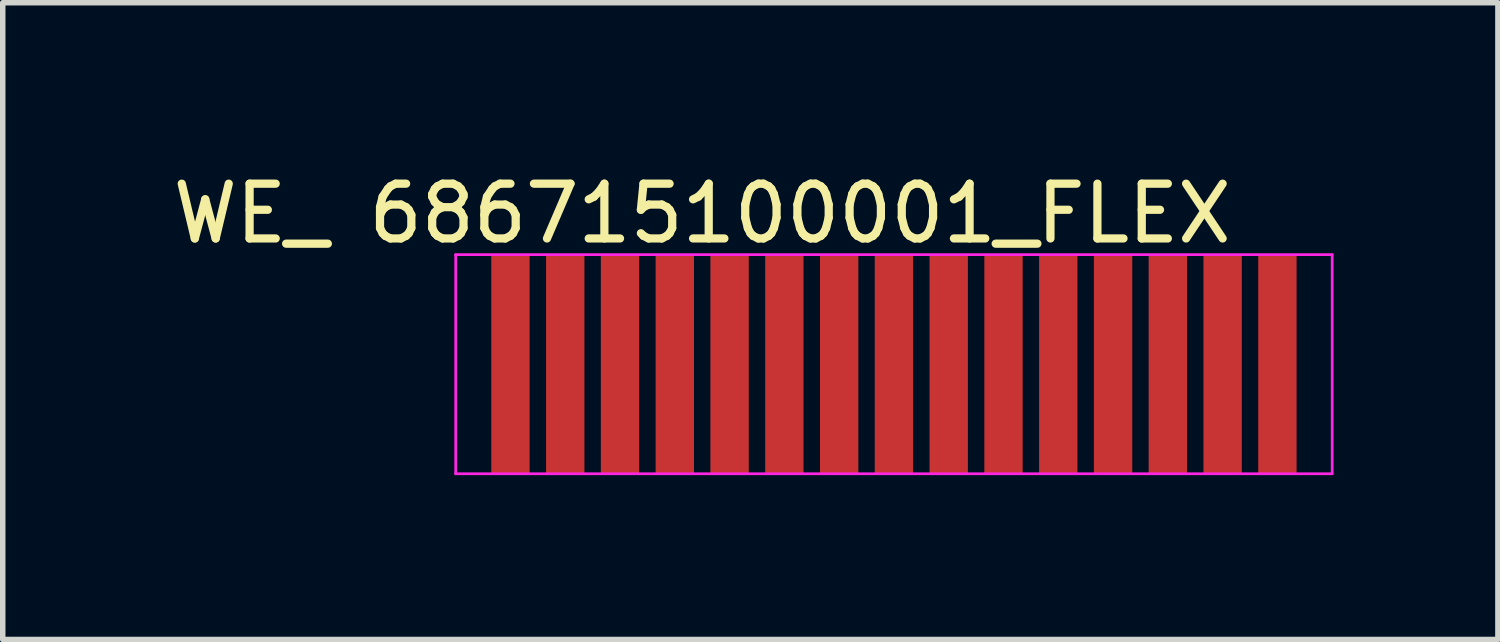
<source format=kicad_pcb>
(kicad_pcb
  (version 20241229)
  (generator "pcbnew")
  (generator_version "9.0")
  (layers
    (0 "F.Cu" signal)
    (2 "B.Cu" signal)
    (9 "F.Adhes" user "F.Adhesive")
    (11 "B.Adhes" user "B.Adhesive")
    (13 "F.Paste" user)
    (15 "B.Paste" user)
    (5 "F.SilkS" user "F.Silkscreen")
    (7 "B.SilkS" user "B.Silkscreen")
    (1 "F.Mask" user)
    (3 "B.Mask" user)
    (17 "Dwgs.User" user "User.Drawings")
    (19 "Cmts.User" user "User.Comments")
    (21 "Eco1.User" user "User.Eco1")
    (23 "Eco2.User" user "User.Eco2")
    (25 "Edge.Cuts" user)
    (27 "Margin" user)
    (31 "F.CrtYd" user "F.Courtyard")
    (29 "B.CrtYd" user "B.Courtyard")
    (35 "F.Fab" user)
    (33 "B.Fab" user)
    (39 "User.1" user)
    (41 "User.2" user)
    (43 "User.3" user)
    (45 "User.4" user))
  (footprint "WE_ 686715100001_FLEX"
    (layer "F.Cu")
    (at 13.268 3.648)
    (property "Reference" "WE_ 686715100001_FLEX" (at -3.5 -2.8 0) (layer "F.SilkS") (effects (font (size 1 1) (thickness 0.15))))
    (attr smd)
    (fp_line (start -8 -2.05) (end -8 1.95) (stroke (width 0.05) (type solid)) (layer "F.CrtYd"))
    (fp_line (start -8 -2.05) (end 8 -2.05) (stroke (width 0.05) (type solid)) (layer "F.CrtYd"))
    (fp_line (start -8 1.95) (end 8 1.95) (stroke (width 0.05) (type solid)) (layer "F.CrtYd"))
    (fp_line (start 8 -2.05) (end 8 1.95) (stroke (width 0.05) (type solid)) (layer "F.CrtYd"))
    (pad "1" smd rect (at -7 -0.05) (size 0.7 4) (layers "F.Cu" "F.Mask" "F.Paste"))
    (pad "2" smd rect (at -6 -0.05) (size 0.7 4) (layers "F.Cu" "F.Mask" "F.Paste"))
    (pad "3" smd rect (at -5 -0.05) (size 0.7 4) (layers "F.Cu" "F.Mask" "F.Paste"))
    (pad "4" smd rect (at -4 -0.05) (size 0.7 4) (layers "F.Cu" "F.Mask" "F.Paste"))
    (pad "5" smd rect (at -3 -0.05) (size 0.7 4) (layers "F.Cu" "F.Mask" "F.Paste"))
    (pad "6" smd rect (at -2 -0.05) (size 0.7 4) (layers "F.Cu" "F.Mask" "F.Paste"))
    (pad "7" smd rect (at -1 -0.05) (size 0.7 4) (layers "F.Cu" "F.Mask" "F.Paste"))
    (pad "8" smd rect (at 0 -0.05) (size 0.7 4) (layers "F.Cu" "F.Mask" "F.Paste"))
    (pad "9" smd rect (at 1 -0.05) (size 0.7 4) (layers "F.Cu" "F.Mask" "F.Paste"))
    (pad "10" smd rect (at 2 -0.05) (size 0.7 4) (layers "F.Cu" "F.Mask" "F.Paste"))
    (pad "11" smd rect (at 3 -0.05) (size 0.7 4) (layers "F.Cu" "F.Mask" "F.Paste"))
    (pad "12" smd rect (at 4 -0.05) (size 0.7 4) (layers "F.Cu" "F.Mask" "F.Paste"))
    (pad "13" smd rect (at 5 -0.05) (size 0.7 4) (layers "F.Cu" "F.Mask" "F.Paste"))
    (pad "14" smd rect (at 6 -0.05) (size 0.7 4) (layers "F.Cu" "F.Mask" "F.Paste"))
    (pad "15" smd rect (at 7 -0.05) (size 0.7 4) (layers "F.Cu" "F.Mask" "F.Paste")))
  (gr_rect
    (start -3 -3)
    (end 24.293 8.623)
    (stroke (width 0.1) (type default))
    (fill no)
    (layer "Edge.Cuts")))
</source>
